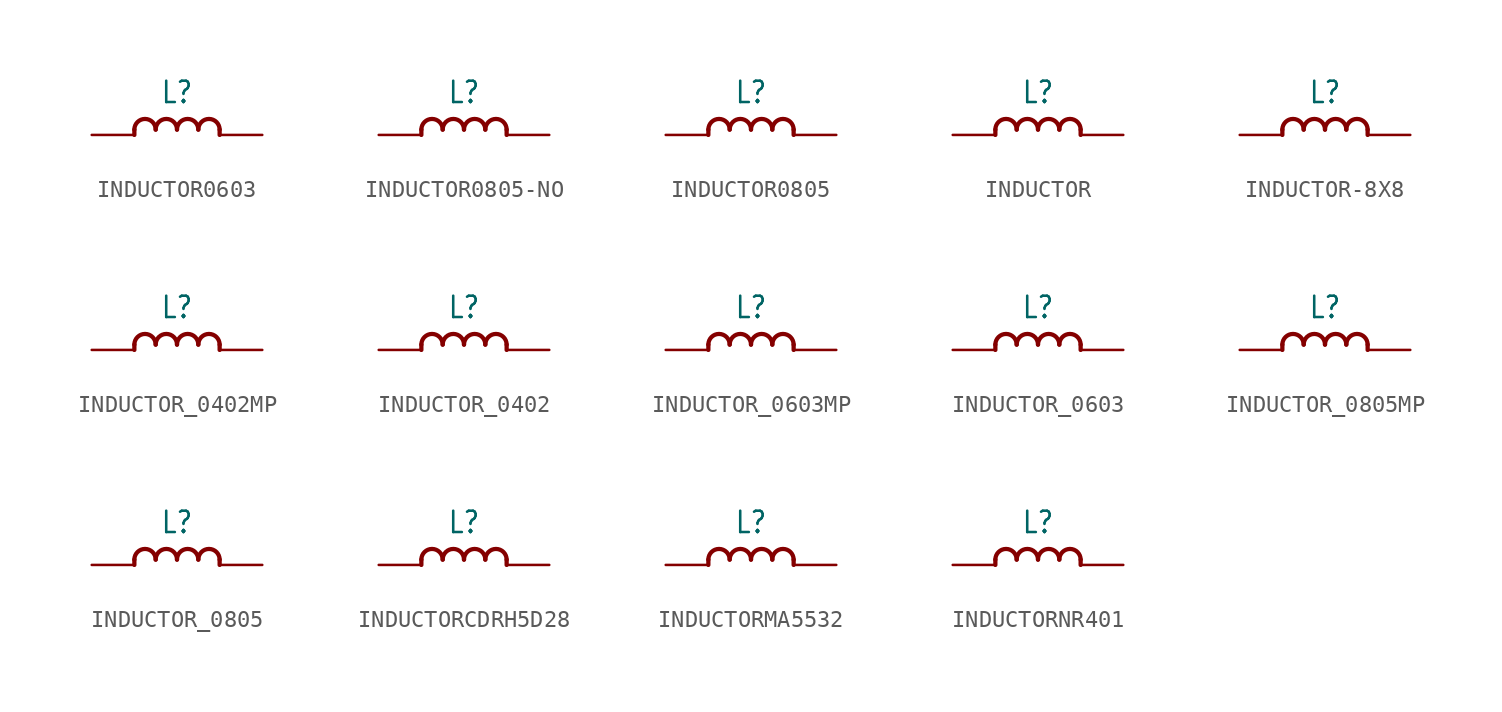
<source format=kicad_sym>
(kicad_symbol_lib
  (version 20241209)
  (generator "kicad_symbol_editor")
  (generator_version "9.0")
  (symbol "INDUCTOR0603"
    (property "Reference" "L"
      (at 0 2.54 0)
      (effects (font (size 1.27 1.079))))
    (property "Value" ""
      (at 0 -1.54 0)
      (effects (font (size 1.27 1.079))))
    (property "ki_locked" ""
      (at 0 0 0)
      (effects (font (size 1.27 1.27))))
    (symbol "INDUCTOR0603_1_0"
      (polyline (pts (xy -2.54 0.318) (xy -2.54 0)) (stroke (width 0.254) (type solid)) (fill (type none)))
      (arc (start -2.54 0.3175) (mid -1.9049 0.9524) (end -1.27 0.3173) (stroke (width 0.254) (type solid)) (fill (type none)))
      (arc (start -1.27 0.3175) (mid -0.6349 0.9524) (end 0 0.3173) (stroke (width 0.254) (type solid)) (fill (type none)))
      (arc (start 0 0.3175) (mid 0.6351 0.9524) (end 1.27 0.3173) (stroke (width 0.254) (type solid)) (fill (type none)))
      (arc (start 1.27 0.3175) (mid 1.9051 0.9524) (end 2.54 0.3173) (stroke (width 0.254) (type solid)) (fill (type none)))
      (polyline (pts (xy 2.54 0.318) (xy 2.54 0)) (stroke (width 0.254) (type solid)) (fill (type none)))
      (pin passive line (at -5.08 0 0) (length 2.54) (name "1" (effects (font (size 0 0)))) (number "1" (effects (font (size 0 0)))))
      (pin passive line (at 5.08 0 180) (length 2.54) (name "2" (effects (font (size 0 0)))) (number "2" (effects (font (size 0 0)))))))
  (symbol "INDUCTOR0805-NO"
    (property "Reference" "L"
      (at 0 2.54 0)
      (effects (font (size 1.27 1.079))))
    (property "Value" ""
      (at 0 -1.54 0)
      (effects (font (size 1.27 1.079))))
    (property "ki_locked" ""
      (at 0 0 0)
      (effects (font (size 1.27 1.27))))
    (symbol "INDUCTOR0805-NO_1_0"
      (polyline (pts (xy -2.54 0.318) (xy -2.54 0)) (stroke (width 0.254) (type solid)) (fill (type none)))
      (arc (start -2.54 0.3175) (mid -1.9049 0.9524) (end -1.27 0.3173) (stroke (width 0.254) (type solid)) (fill (type none)))
      (arc (start -1.27 0.3175) (mid -0.6349 0.9524) (end 0 0.3173) (stroke (width 0.254) (type solid)) (fill (type none)))
      (arc (start 0 0.3175) (mid 0.6351 0.9524) (end 1.27 0.3173) (stroke (width 0.254) (type solid)) (fill (type none)))
      (arc (start 1.27 0.3175) (mid 1.9051 0.9524) (end 2.54 0.3173) (stroke (width 0.254) (type solid)) (fill (type none)))
      (polyline (pts (xy 2.54 0.318) (xy 2.54 0)) (stroke (width 0.254) (type solid)) (fill (type none)))
      (pin passive line (at -5.08 0 0) (length 2.54) (name "1" (effects (font (size 0 0)))) (number "1" (effects (font (size 0 0)))))
      (pin passive line (at 5.08 0 180) (length 2.54) (name "2" (effects (font (size 0 0)))) (number "2" (effects (font (size 0 0)))))))
  (symbol "INDUCTOR0805"
    (property "Reference" "L"
      (at 0 2.54 0)
      (effects (font (size 1.27 1.079))))
    (property "Value" ""
      (at 0 -1.54 0)
      (effects (font (size 1.27 1.079))))
    (property "ki_locked" ""
      (at 0 0 0)
      (effects (font (size 1.27 1.27))))
    (symbol "INDUCTOR0805_1_0"
      (polyline (pts (xy -2.54 0.318) (xy -2.54 0)) (stroke (width 0.254) (type solid)) (fill (type none)))
      (arc (start -2.54 0.3175) (mid -1.9049 0.9524) (end -1.27 0.3173) (stroke (width 0.254) (type solid)) (fill (type none)))
      (arc (start -1.27 0.3175) (mid -0.6349 0.9524) (end 0 0.3173) (stroke (width 0.254) (type solid)) (fill (type none)))
      (arc (start 0 0.3175) (mid 0.6351 0.9524) (end 1.27 0.3173) (stroke (width 0.254) (type solid)) (fill (type none)))
      (arc (start 1.27 0.3175) (mid 1.9051 0.9524) (end 2.54 0.3173) (stroke (width 0.254) (type solid)) (fill (type none)))
      (polyline (pts (xy 2.54 0.318) (xy 2.54 0)) (stroke (width 0.254) (type solid)) (fill (type none)))
      (pin passive line (at -5.08 0 0) (length 2.54) (name "1" (effects (font (size 0 0)))) (number "1" (effects (font (size 0 0)))))
      (pin passive line (at 5.08 0 180) (length 2.54) (name "2" (effects (font (size 0 0)))) (number "2" (effects (font (size 0 0)))))))
  (symbol "INDUCTOR"
    (property "Reference" "L"
      (at 0 2.54 0)
      (effects (font (size 1.27 1.079))))
    (property "Value" ""
      (at 0 -1.54 0)
      (effects (font (size 1.27 1.079))))
    (property "ki_locked" ""
      (at 0 0 0)
      (effects (font (size 1.27 1.27))))
    (symbol "INDUCTOR_1_0"
      (polyline (pts (xy -2.54 0.318) (xy -2.54 0)) (stroke (width 0.254) (type solid)) (fill (type none)))
      (arc (start -2.54 0.3175) (mid -1.9049 0.9524) (end -1.27 0.3173) (stroke (width 0.254) (type solid)) (fill (type none)))
      (arc (start -1.27 0.3175) (mid -0.6349 0.9524) (end 0 0.3173) (stroke (width 0.254) (type solid)) (fill (type none)))
      (arc (start 0 0.3175) (mid 0.6351 0.9524) (end 1.27 0.3173) (stroke (width 0.254) (type solid)) (fill (type none)))
      (arc (start 1.27 0.3175) (mid 1.9051 0.9524) (end 2.54 0.3173) (stroke (width 0.254) (type solid)) (fill (type none)))
      (polyline (pts (xy 2.54 0.318) (xy 2.54 0)) (stroke (width 0.254) (type solid)) (fill (type none)))
      (pin passive line (at -5.08 0 0) (length 2.54) (name "1" (effects (font (size 0 0)))) (number "P$1" (effects (font (size 0 0)))))
      (pin passive line (at 5.08 0 180) (length 2.54) (name "2" (effects (font (size 0 0)))) (number "P$2" (effects (font (size 0 0)))))))
  (symbol "INDUCTOR-8X8"
    (property "Reference" "L"
      (at 0 2.54 0)
      (effects (font (size 1.27 1.079))))
    (property "Value" ""
      (at 0 -1.54 0)
      (effects (font (size 1.27 1.079))))
    (property "ki_locked" ""
      (at 0 0 0)
      (effects (font (size 1.27 1.27))))
    (symbol "INDUCTOR-8X8_1_0"
      (polyline (pts (xy -2.54 0.318) (xy -2.54 0)) (stroke (width 0.254) (type solid)) (fill (type none)))
      (arc (start -2.54 0.3175) (mid -1.9049 0.9524) (end -1.27 0.3173) (stroke (width 0.254) (type solid)) (fill (type none)))
      (arc (start -1.27 0.3175) (mid -0.6349 0.9524) (end 0 0.3173) (stroke (width 0.254) (type solid)) (fill (type none)))
      (arc (start 0 0.3175) (mid 0.6351 0.9524) (end 1.27 0.3173) (stroke (width 0.254) (type solid)) (fill (type none)))
      (arc (start 1.27 0.3175) (mid 1.9051 0.9524) (end 2.54 0.3173) (stroke (width 0.254) (type solid)) (fill (type none)))
      (polyline (pts (xy 2.54 0.318) (xy 2.54 0)) (stroke (width 0.254) (type solid)) (fill (type none)))
      (pin passive line (at -5.08 0 0) (length 2.54) (name "1" (effects (font (size 0 0)))) (number "P$1" (effects (font (size 0 0)))))
      (pin passive line (at 5.08 0 180) (length 2.54) (name "2" (effects (font (size 0 0)))) (number "P$2" (effects (font (size 0 0)))))))
  (symbol "INDUCTOR_0402MP"
    (property "Reference" "L"
      (at 0 2.54 0)
      (effects (font (size 1.27 1.079))))
    (property "Value" ""
      (at 0 -1.54 0)
      (effects (font (size 1.27 1.079))))
    (property "ki_locked" ""
      (at 0 0 0)
      (effects (font (size 1.27 1.27))))
    (symbol "INDUCTOR_0402MP_1_0"
      (polyline (pts (xy -2.54 0.318) (xy -2.54 0)) (stroke (width 0.254) (type solid)) (fill (type none)))
      (arc (start -2.54 0.3175) (mid -1.9049 0.9524) (end -1.27 0.3173) (stroke (width 0.254) (type solid)) (fill (type none)))
      (arc (start -1.27 0.3175) (mid -0.6349 0.9524) (end 0 0.3173) (stroke (width 0.254) (type solid)) (fill (type none)))
      (arc (start 0 0.3175) (mid 0.6351 0.9524) (end 1.27 0.3173) (stroke (width 0.254) (type solid)) (fill (type none)))
      (arc (start 1.27 0.3175) (mid 1.9051 0.9524) (end 2.54 0.3173) (stroke (width 0.254) (type solid)) (fill (type none)))
      (polyline (pts (xy 2.54 0.318) (xy 2.54 0)) (stroke (width 0.254) (type solid)) (fill (type none)))
      (pin passive line (at -5.08 0 0) (length 2.54) (name "1" (effects (font (size 0 0)))) (number "1" (effects (font (size 0 0)))))
      (pin passive line (at 5.08 0 180) (length 2.54) (name "2" (effects (font (size 0 0)))) (number "2" (effects (font (size 0 0)))))))
  (symbol "INDUCTOR_0402"
    (property "Reference" "L"
      (at 0 2.54 0)
      (effects (font (size 1.27 1.079))))
    (property "Value" ""
      (at 0 -1.54 0)
      (effects (font (size 1.27 1.079))))
    (property "ki_locked" ""
      (at 0 0 0)
      (effects (font (size 1.27 1.27))))
    (symbol "INDUCTOR_0402_1_0"
      (polyline (pts (xy -2.54 0.318) (xy -2.54 0)) (stroke (width 0.254) (type solid)) (fill (type none)))
      (arc (start -2.54 0.3175) (mid -1.9049 0.9524) (end -1.27 0.3173) (stroke (width 0.254) (type solid)) (fill (type none)))
      (arc (start -1.27 0.3175) (mid -0.6349 0.9524) (end 0 0.3173) (stroke (width 0.254) (type solid)) (fill (type none)))
      (arc (start 0 0.3175) (mid 0.6351 0.9524) (end 1.27 0.3173) (stroke (width 0.254) (type solid)) (fill (type none)))
      (arc (start 1.27 0.3175) (mid 1.9051 0.9524) (end 2.54 0.3173) (stroke (width 0.254) (type solid)) (fill (type none)))
      (polyline (pts (xy 2.54 0.318) (xy 2.54 0)) (stroke (width 0.254) (type solid)) (fill (type none)))
      (pin passive line (at -5.08 0 0) (length 2.54) (name "1" (effects (font (size 0 0)))) (number "1" (effects (font (size 0 0)))))
      (pin passive line (at 5.08 0 180) (length 2.54) (name "2" (effects (font (size 0 0)))) (number "2" (effects (font (size 0 0)))))))
  (symbol "INDUCTOR_0603MP"
    (property "Reference" "L"
      (at 0 2.54 0)
      (effects (font (size 1.27 1.079))))
    (property "Value" ""
      (at 0 -1.54 0)
      (effects (font (size 1.27 1.079))))
    (property "ki_locked" ""
      (at 0 0 0)
      (effects (font (size 1.27 1.27))))
    (symbol "INDUCTOR_0603MP_1_0"
      (polyline (pts (xy -2.54 0.318) (xy -2.54 0)) (stroke (width 0.254) (type solid)) (fill (type none)))
      (arc (start -2.54 0.3175) (mid -1.9049 0.9524) (end -1.27 0.3173) (stroke (width 0.254) (type solid)) (fill (type none)))
      (arc (start -1.27 0.3175) (mid -0.6349 0.9524) (end 0 0.3173) (stroke (width 0.254) (type solid)) (fill (type none)))
      (arc (start 0 0.3175) (mid 0.6351 0.9524) (end 1.27 0.3173) (stroke (width 0.254) (type solid)) (fill (type none)))
      (arc (start 1.27 0.3175) (mid 1.9051 0.9524) (end 2.54 0.3173) (stroke (width 0.254) (type solid)) (fill (type none)))
      (polyline (pts (xy 2.54 0.318) (xy 2.54 0)) (stroke (width 0.254) (type solid)) (fill (type none)))
      (pin passive line (at -5.08 0 0) (length 2.54) (name "1" (effects (font (size 0 0)))) (number "1" (effects (font (size 0 0)))))
      (pin passive line (at 5.08 0 180) (length 2.54) (name "2" (effects (font (size 0 0)))) (number "2" (effects (font (size 0 0)))))))
  (symbol "INDUCTOR_0603"
    (property "Reference" "L"
      (at 0 2.54 0)
      (effects (font (size 1.27 1.079))))
    (property "Value" ""
      (at 0 -1.54 0)
      (effects (font (size 1.27 1.079))))
    (property "ki_locked" ""
      (at 0 0 0)
      (effects (font (size 1.27 1.27))))
    (symbol "INDUCTOR_0603_1_0"
      (polyline (pts (xy -2.54 0.318) (xy -2.54 0)) (stroke (width 0.254) (type solid)) (fill (type none)))
      (arc (start -2.54 0.3175) (mid -1.9049 0.9524) (end -1.27 0.3173) (stroke (width 0.254) (type solid)) (fill (type none)))
      (arc (start -1.27 0.3175) (mid -0.6349 0.9524) (end 0 0.3173) (stroke (width 0.254) (type solid)) (fill (type none)))
      (arc (start 0 0.3175) (mid 0.6351 0.9524) (end 1.27 0.3173) (stroke (width 0.254) (type solid)) (fill (type none)))
      (arc (start 1.27 0.3175) (mid 1.9051 0.9524) (end 2.54 0.3173) (stroke (width 0.254) (type solid)) (fill (type none)))
      (polyline (pts (xy 2.54 0.318) (xy 2.54 0)) (stroke (width 0.254) (type solid)) (fill (type none)))
      (pin passive line (at -5.08 0 0) (length 2.54) (name "1" (effects (font (size 0 0)))) (number "1" (effects (font (size 0 0)))))
      (pin passive line (at 5.08 0 180) (length 2.54) (name "2" (effects (font (size 0 0)))) (number "2" (effects (font (size 0 0)))))))
  (symbol "INDUCTOR_0805MP"
    (property "Reference" "L"
      (at 0 2.54 0)
      (effects (font (size 1.27 1.079))))
    (property "Value" ""
      (at 0 -1.54 0)
      (effects (font (size 1.27 1.079))))
    (property "ki_locked" ""
      (at 0 0 0)
      (effects (font (size 1.27 1.27))))
    (symbol "INDUCTOR_0805MP_1_0"
      (polyline (pts (xy -2.54 0.318) (xy -2.54 0)) (stroke (width 0.254) (type solid)) (fill (type none)))
      (arc (start -2.54 0.3175) (mid -1.9049 0.9524) (end -1.27 0.3173) (stroke (width 0.254) (type solid)) (fill (type none)))
      (arc (start -1.27 0.3175) (mid -0.6349 0.9524) (end 0 0.3173) (stroke (width 0.254) (type solid)) (fill (type none)))
      (arc (start 0 0.3175) (mid 0.6351 0.9524) (end 1.27 0.3173) (stroke (width 0.254) (type solid)) (fill (type none)))
      (arc (start 1.27 0.3175) (mid 1.9051 0.9524) (end 2.54 0.3173) (stroke (width 0.254) (type solid)) (fill (type none)))
      (polyline (pts (xy 2.54 0.318) (xy 2.54 0)) (stroke (width 0.254) (type solid)) (fill (type none)))
      (pin passive line (at -5.08 0 0) (length 2.54) (name "1" (effects (font (size 0 0)))) (number "1" (effects (font (size 0 0)))))
      (pin passive line (at 5.08 0 180) (length 2.54) (name "2" (effects (font (size 0 0)))) (number "2" (effects (font (size 0 0)))))))
  (symbol "INDUCTOR_0805"
    (property "Reference" "L"
      (at 0 2.54 0)
      (effects (font (size 1.27 1.079))))
    (property "Value" ""
      (at 0 -1.54 0)
      (effects (font (size 1.27 1.079))))
    (property "ki_locked" ""
      (at 0 0 0)
      (effects (font (size 1.27 1.27))))
    (symbol "INDUCTOR_0805_1_0"
      (polyline (pts (xy -2.54 0.318) (xy -2.54 0)) (stroke (width 0.254) (type solid)) (fill (type none)))
      (arc (start -2.54 0.3175) (mid -1.9049 0.9524) (end -1.27 0.3173) (stroke (width 0.254) (type solid)) (fill (type none)))
      (arc (start -1.27 0.3175) (mid -0.6349 0.9524) (end 0 0.3173) (stroke (width 0.254) (type solid)) (fill (type none)))
      (arc (start 0 0.3175) (mid 0.6351 0.9524) (end 1.27 0.3173) (stroke (width 0.254) (type solid)) (fill (type none)))
      (arc (start 1.27 0.3175) (mid 1.9051 0.9524) (end 2.54 0.3173) (stroke (width 0.254) (type solid)) (fill (type none)))
      (polyline (pts (xy 2.54 0.318) (xy 2.54 0)) (stroke (width 0.254) (type solid)) (fill (type none)))
      (pin passive line (at -5.08 0 0) (length 2.54) (name "1" (effects (font (size 0 0)))) (number "1" (effects (font (size 0 0)))))
      (pin passive line (at 5.08 0 180) (length 2.54) (name "2" (effects (font (size 0 0)))) (number "2" (effects (font (size 0 0)))))))
  (symbol "INDUCTORCDRH5D28"
    (property "Reference" "L"
      (at 0 2.54 0)
      (effects (font (size 1.27 1.079))))
    (property "Value" ""
      (at 0 -1.54 0)
      (effects (font (size 1.27 1.079))))
    (property "ki_locked" ""
      (at 0 0 0)
      (effects (font (size 1.27 1.27))))
    (symbol "INDUCTORCDRH5D28_1_0"
      (polyline (pts (xy -2.54 0.318) (xy -2.54 0)) (stroke (width 0.254) (type solid)) (fill (type none)))
      (arc (start -2.54 0.3175) (mid -1.9049 0.9524) (end -1.27 0.3173) (stroke (width 0.254) (type solid)) (fill (type none)))
      (arc (start -1.27 0.3175) (mid -0.6349 0.9524) (end 0 0.3173) (stroke (width 0.254) (type solid)) (fill (type none)))
      (arc (start 0 0.3175) (mid 0.6351 0.9524) (end 1.27 0.3173) (stroke (width 0.254) (type solid)) (fill (type none)))
      (arc (start 1.27 0.3175) (mid 1.9051 0.9524) (end 2.54 0.3173) (stroke (width 0.254) (type solid)) (fill (type none)))
      (polyline (pts (xy 2.54 0.318) (xy 2.54 0)) (stroke (width 0.254) (type solid)) (fill (type none)))
      (pin passive line (at -5.08 0 0) (length 2.54) (name "1" (effects (font (size 0 0)))) (number "P$1" (effects (font (size 0 0)))))
      (pin passive line (at 5.08 0 180) (length 2.54) (name "2" (effects (font (size 0 0)))) (number "P$2" (effects (font (size 0 0)))))))
  (symbol "INDUCTORMA5532"
    (property "Reference" "L"
      (at 0 2.54 0)
      (effects (font (size 1.27 1.079))))
    (property "Value" ""
      (at 0 -1.54 0)
      (effects (font (size 1.27 1.079))))
    (property "ki_locked" ""
      (at 0 0 0)
      (effects (font (size 1.27 1.27))))
    (symbol "INDUCTORMA5532_1_0"
      (polyline (pts (xy -2.54 0.318) (xy -2.54 0)) (stroke (width 0.254) (type solid)) (fill (type none)))
      (arc (start -2.54 0.3175) (mid -1.9049 0.9524) (end -1.27 0.3173) (stroke (width 0.254) (type solid)) (fill (type none)))
      (arc (start -1.27 0.3175) (mid -0.6349 0.9524) (end 0 0.3173) (stroke (width 0.254) (type solid)) (fill (type none)))
      (arc (start 0 0.3175) (mid 0.6351 0.9524) (end 1.27 0.3173) (stroke (width 0.254) (type solid)) (fill (type none)))
      (arc (start 1.27 0.3175) (mid 1.9051 0.9524) (end 2.54 0.3173) (stroke (width 0.254) (type solid)) (fill (type none)))
      (polyline (pts (xy 2.54 0.318) (xy 2.54 0)) (stroke (width 0.254) (type solid)) (fill (type none)))
      (pin passive line (at -5.08 0 0) (length 2.54) (name "1" (effects (font (size 0 0)))) (number "1" (effects (font (size 0 0)))))
      (pin passive line (at 5.08 0 180) (length 2.54) (name "2" (effects (font (size 0 0)))) (number "2" (effects (font (size 0 0)))))))
  (symbol "INDUCTORNR401"
    (property "Reference" "L"
      (at 0 2.54 0)
      (effects (font (size 1.27 1.079))))
    (property "Value" ""
      (at 0 -1.54 0)
      (effects (font (size 1.27 1.079))))
    (property "ki_locked" ""
      (at 0 0 0)
      (effects (font (size 1.27 1.27))))
    (symbol "INDUCTORNR401_1_0"
      (polyline (pts (xy -2.54 0.318) (xy -2.54 0)) (stroke (width 0.254) (type solid)) (fill (type none)))
      (arc (start -2.54 0.3175) (mid -1.9049 0.9524) (end -1.27 0.3173) (stroke (width 0.254) (type solid)) (fill (type none)))
      (arc (start -1.27 0.3175) (mid -0.6349 0.9524) (end 0 0.3173) (stroke (width 0.254) (type solid)) (fill (type none)))
      (arc (start 0 0.3175) (mid 0.6351 0.9524) (end 1.27 0.3173) (stroke (width 0.254) (type solid)) (fill (type none)))
      (arc (start 1.27 0.3175) (mid 1.9051 0.9524) (end 2.54 0.3173) (stroke (width 0.254) (type solid)) (fill (type none)))
      (polyline (pts (xy 2.54 0.318) (xy 2.54 0)) (stroke (width 0.254) (type solid)) (fill (type none)))
      (pin passive line (at -5.08 0 0) (length 2.54) (name "1" (effects (font (size 0 0)))) (number "P$1" (effects (font (size 0 0)))))
      (pin passive line (at 5.08 0 180) (length 2.54) (name "2" (effects (font (size 0 0)))) (number "P$2" (effects (font (size 0 0))))))))
</source>
